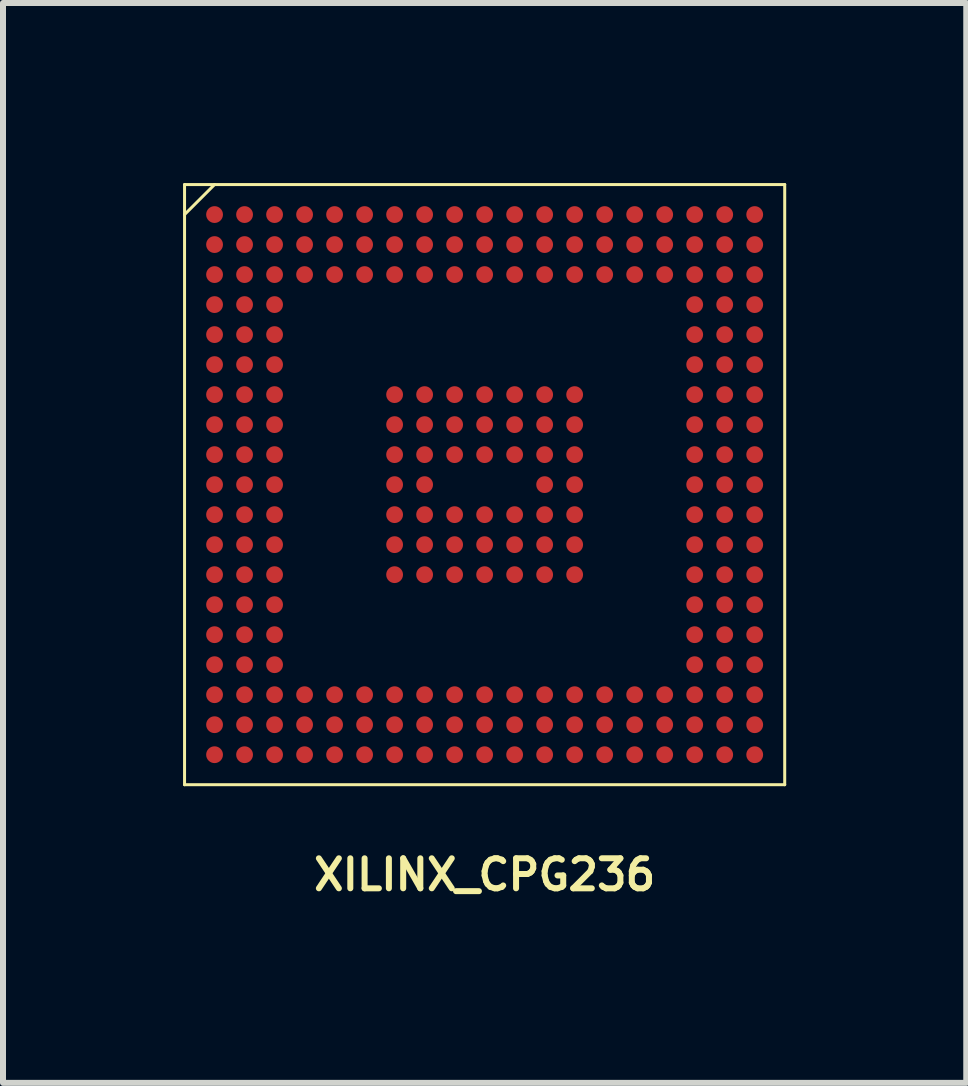
<source format=kicad_pcb>
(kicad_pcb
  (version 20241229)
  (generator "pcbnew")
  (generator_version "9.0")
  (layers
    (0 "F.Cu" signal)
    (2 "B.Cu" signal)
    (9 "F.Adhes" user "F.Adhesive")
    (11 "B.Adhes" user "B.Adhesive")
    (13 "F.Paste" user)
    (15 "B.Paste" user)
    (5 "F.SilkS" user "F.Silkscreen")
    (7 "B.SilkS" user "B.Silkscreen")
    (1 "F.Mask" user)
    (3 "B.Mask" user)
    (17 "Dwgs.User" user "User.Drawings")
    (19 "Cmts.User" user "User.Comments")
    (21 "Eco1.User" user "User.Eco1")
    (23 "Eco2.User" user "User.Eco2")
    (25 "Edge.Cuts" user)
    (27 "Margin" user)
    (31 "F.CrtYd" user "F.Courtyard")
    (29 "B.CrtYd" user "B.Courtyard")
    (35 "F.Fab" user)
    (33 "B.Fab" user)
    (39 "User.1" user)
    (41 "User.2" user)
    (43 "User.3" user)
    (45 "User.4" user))
  (footprint "XILINX_CPG236"
    (layer "F.Cu")
    (at 5.025 5.025)
    (property "Reference" "XILINX_CPG236" (at 0 6.5 0) (layer "F.SilkS") (effects (font (size 0.5 0.5) (thickness 0.1))))
    (attr smd)
    (fp_line (start -5 -5) (end 5 -5) (stroke (width 0.05) (type solid)) (layer "F.SilkS"))
    (fp_line (start -5 -4.5) (end -4.5 -5) (stroke (width 0.05) (type solid)) (layer "F.SilkS"))
    (fp_line (start -5 5) (end -5 -5) (stroke (width 0.05) (type solid)) (layer "F.SilkS"))
    (fp_line (start 5 -5) (end 5 5) (stroke (width 0.05) (type solid)) (layer "F.SilkS"))
    (fp_line (start 5 5) (end -5 5) (stroke (width 0.05) (type solid)) (layer "F.SilkS"))
    (pad "A1" smd circle (at -4.5 -4.5) (size 0.28 0.28) (layers "F.Cu" "F.Mask" "F.Paste"))
    (pad "A2" smd circle (at -4 -4.5) (size 0.28 0.28) (layers "F.Cu" "F.Mask" "F.Paste"))
    (pad "A3" smd circle (at -3.5 -4.5) (size 0.28 0.28) (layers "F.Cu" "F.Mask" "F.Paste"))
    (pad "A4" smd circle (at -3 -4.5) (size 0.28 0.28) (layers "F.Cu" "F.Mask" "F.Paste"))
    (pad "A5" smd circle (at -2.5 -4.5) (size 0.28 0.28) (layers "F.Cu" "F.Mask" "F.Paste"))
    (pad "A6" smd circle (at -2 -4.5) (size 0.28 0.28) (layers "F.Cu" "F.Mask" "F.Paste"))
    (pad "A7" smd circle (at -1.5 -4.5) (size 0.28 0.28) (layers "F.Cu" "F.Mask" "F.Paste"))
    (pad "A8" smd circle (at -1 -4.5) (size 0.28 0.28) (layers "F.Cu" "F.Mask" "F.Paste"))
    (pad "A9" smd circle (at -0.5 -4.5) (size 0.28 0.28) (layers "F.Cu" "F.Mask" "F.Paste"))
    (pad "A10" smd circle (at 0 -4.5) (size 0.28 0.28) (layers "F.Cu" "F.Mask" "F.Paste"))
    (pad "A11" smd circle (at 0.5 -4.5) (size 0.28 0.28) (layers "F.Cu" "F.Mask" "F.Paste"))
    (pad "A12" smd circle (at 1 -4.5) (size 0.28 0.28) (layers "F.Cu" "F.Mask" "F.Paste"))
    (pad "A13" smd circle (at 1.5 -4.5) (size 0.28 0.28) (layers "F.Cu" "F.Mask" "F.Paste"))
    (pad "A14" smd circle (at 2 -4.5) (size 0.28 0.28) (layers "F.Cu" "F.Mask" "F.Paste"))
    (pad "A15" smd circle (at 2.5 -4.5) (size 0.28 0.28) (layers "F.Cu" "F.Mask" "F.Paste"))
    (pad "A16" smd circle (at 3 -4.5) (size 0.28 0.28) (layers "F.Cu" "F.Mask" "F.Paste"))
    (pad "A17" smd circle (at 3.5 -4.5) (size 0.28 0.28) (layers "F.Cu" "F.Mask" "F.Paste"))
    (pad "A18" smd circle (at 4 -4.5) (size 0.28 0.28) (layers "F.Cu" "F.Mask" "F.Paste"))
    (pad "A19" smd circle (at 4.5 -4.5) (size 0.28 0.28) (layers "F.Cu" "F.Mask" "F.Paste"))
    (pad "B1" smd circle (at -4.5 -4) (size 0.28 0.28) (layers "F.Cu" "F.Mask" "F.Paste"))
    (pad "B2" smd circle (at -4 -4) (size 0.28 0.28) (layers "F.Cu" "F.Mask" "F.Paste"))
    (pad "B3" smd circle (at -3.5 -4) (size 0.28 0.28) (layers "F.Cu" "F.Mask" "F.Paste"))
    (pad "B4" smd circle (at -3 -4) (size 0.28 0.28) (layers "F.Cu" "F.Mask" "F.Paste"))
    (pad "B5" smd circle (at -2.5 -4) (size 0.28 0.28) (layers "F.Cu" "F.Mask" "F.Paste"))
    (pad "B6" smd circle (at -2 -4) (size 0.28 0.28) (layers "F.Cu" "F.Mask" "F.Paste"))
    (pad "B7" smd circle (at -1.5 -4) (size 0.28 0.28) (layers "F.Cu" "F.Mask" "F.Paste"))
    (pad "B8" smd circle (at -1 -4) (size 0.28 0.28) (layers "F.Cu" "F.Mask" "F.Paste"))
    (pad "B9" smd circle (at -0.5 -4) (size 0.28 0.28) (layers "F.Cu" "F.Mask" "F.Paste"))
    (pad "B10" smd circle (at 0 -4) (size 0.28 0.28) (layers "F.Cu" "F.Mask" "F.Paste"))
    (pad "B11" smd circle (at 0.5 -4) (size 0.28 0.28) (layers "F.Cu" "F.Mask" "F.Paste"))
    (pad "B12" smd circle (at 1 -4) (size 0.28 0.28) (layers "F.Cu" "F.Mask" "F.Paste"))
    (pad "B13" smd circle (at 1.5 -4) (size 0.28 0.28) (layers "F.Cu" "F.Mask" "F.Paste"))
    (pad "B14" smd circle (at 2 -4) (size 0.28 0.28) (layers "F.Cu" "F.Mask" "F.Paste"))
    (pad "B15" smd circle (at 2.5 -4) (size 0.28 0.28) (layers "F.Cu" "F.Mask" "F.Paste"))
    (pad "B16" smd circle (at 3 -4) (size 0.28 0.28) (layers "F.Cu" "F.Mask" "F.Paste"))
    (pad "B17" smd circle (at 3.5 -4) (size 0.28 0.28) (layers "F.Cu" "F.Mask" "F.Paste"))
    (pad "B18" smd circle (at 4 -4) (size 0.28 0.28) (layers "F.Cu" "F.Mask" "F.Paste"))
    (pad "B19" smd circle (at 4.5 -4) (size 0.28 0.28) (layers "F.Cu" "F.Mask" "F.Paste"))
    (pad "C1" smd circle (at -4.5 -3.5) (size 0.28 0.28) (layers "F.Cu" "F.Mask" "F.Paste"))
    (pad "C2" smd circle (at -4 -3.5) (size 0.28 0.28) (layers "F.Cu" "F.Mask" "F.Paste"))
    (pad "C3" smd circle (at -3.5 -3.5) (size 0.28 0.28) (layers "F.Cu" "F.Mask" "F.Paste"))
    (pad "C4" smd circle (at -3 -3.5) (size 0.28 0.28) (layers "F.Cu" "F.Mask" "F.Paste"))
    (pad "C5" smd circle (at -2.5 -3.5) (size 0.28 0.28) (layers "F.Cu" "F.Mask" "F.Paste"))
    (pad "C6" smd circle (at -2 -3.5) (size 0.28 0.28) (layers "F.Cu" "F.Mask" "F.Paste"))
    (pad "C7" smd circle (at -1.5 -3.5) (size 0.28 0.28) (layers "F.Cu" "F.Mask" "F.Paste"))
    (pad "C8" smd circle (at -1 -3.5) (size 0.28 0.28) (layers "F.Cu" "F.Mask" "F.Paste"))
    (pad "C9" smd circle (at -0.5 -3.5) (size 0.28 0.28) (layers "F.Cu" "F.Mask" "F.Paste"))
    (pad "C10" smd circle (at 0 -3.5) (size 0.28 0.28) (layers "F.Cu" "F.Mask" "F.Paste"))
    (pad "C11" smd circle (at 0.5 -3.5) (size 0.28 0.28) (layers "F.Cu" "F.Mask" "F.Paste"))
    (pad "C12" smd circle (at 1 -3.5) (size 0.28 0.28) (layers "F.Cu" "F.Mask" "F.Paste"))
    (pad "C13" smd circle (at 1.5 -3.5) (size 0.28 0.28) (layers "F.Cu" "F.Mask" "F.Paste"))
    (pad "C14" smd circle (at 2 -3.5) (size 0.28 0.28) (layers "F.Cu" "F.Mask" "F.Paste"))
    (pad "C15" smd circle (at 2.5 -3.5) (size 0.28 0.28) (layers "F.Cu" "F.Mask" "F.Paste"))
    (pad "C16" smd circle (at 3 -3.5) (size 0.28 0.28) (layers "F.Cu" "F.Mask" "F.Paste"))
    (pad "C17" smd circle (at 3.5 -3.5) (size 0.28 0.28) (layers "F.Cu" "F.Mask" "F.Paste"))
    (pad "C18" smd circle (at 4 -3.5) (size 0.28 0.28) (layers "F.Cu" "F.Mask" "F.Paste"))
    (pad "C19" smd circle (at 4.5 -3.5) (size 0.28 0.28) (layers "F.Cu" "F.Mask" "F.Paste"))
    (pad "D1" smd circle (at -4.5 -3) (size 0.28 0.28) (layers "F.Cu" "F.Mask" "F.Paste"))
    (pad "D2" smd circle (at -4 -3) (size 0.28 0.28) (layers "F.Cu" "F.Mask" "F.Paste"))
    (pad "D3" smd circle (at -3.5 -3) (size 0.28 0.28) (layers "F.Cu" "F.Mask" "F.Paste"))
    (pad "D17" smd circle (at 3.5 -3) (size 0.28 0.28) (layers "F.Cu" "F.Mask" "F.Paste"))
    (pad "D18" smd circle (at 4 -3) (size 0.28 0.28) (layers "F.Cu" "F.Mask" "F.Paste"))
    (pad "D19" smd circle (at 4.5 -3) (size 0.28 0.28) (layers "F.Cu" "F.Mask" "F.Paste"))
    (pad "E1" smd circle (at -4.5 -2.5) (size 0.28 0.28) (layers "F.Cu" "F.Mask" "F.Paste"))
    (pad "E2" smd circle (at -4 -2.5) (size 0.28 0.28) (layers "F.Cu" "F.Mask" "F.Paste"))
    (pad "E3" smd circle (at -3.5 -2.5) (size 0.28 0.28) (layers "F.Cu" "F.Mask" "F.Paste"))
    (pad "E17" smd circle (at 3.5 -2.5) (size 0.28 0.28) (layers "F.Cu" "F.Mask" "F.Paste"))
    (pad "E18" smd circle (at 4 -2.5) (size 0.28 0.28) (layers "F.Cu" "F.Mask" "F.Paste"))
    (pad "E19" smd circle (at 4.5 -2.5) (size 0.28 0.28) (layers "F.Cu" "F.Mask" "F.Paste"))
    (pad "F1" smd circle (at -4.5 -2) (size 0.28 0.28) (layers "F.Cu" "F.Mask" "F.Paste"))
    (pad "F2" smd circle (at -4 -2) (size 0.28 0.28) (layers "F.Cu" "F.Mask" "F.Paste"))
    (pad "F3" smd circle (at -3.5 -2) (size 0.28 0.28) (layers "F.Cu" "F.Mask" "F.Paste"))
    (pad "F17" smd circle (at 3.5 -2) (size 0.28 0.28) (layers "F.Cu" "F.Mask" "F.Paste"))
    (pad "F18" smd circle (at 4 -2) (size 0.28 0.28) (layers "F.Cu" "F.Mask" "F.Paste"))
    (pad "F19" smd circle (at 4.5 -2) (size 0.28 0.28) (layers "F.Cu" "F.Mask" "F.Paste"))
    (pad "G1" smd circle (at -4.5 -1.5) (size 0.28 0.28) (layers "F.Cu" "F.Mask" "F.Paste"))
    (pad "G2" smd circle (at -4 -1.5) (size 0.28 0.28) (layers "F.Cu" "F.Mask" "F.Paste"))
    (pad "G3" smd circle (at -3.5 -1.5) (size 0.28 0.28) (layers "F.Cu" "F.Mask" "F.Paste"))
    (pad "G7" smd circle (at -1.5 -1.5) (size 0.28 0.28) (layers "F.Cu" "F.Mask" "F.Paste"))
    (pad "G8" smd circle (at -1 -1.5) (size 0.28 0.28) (layers "F.Cu" "F.Mask" "F.Paste"))
    (pad "G9" smd circle (at -0.5 -1.5) (size 0.28 0.28) (layers "F.Cu" "F.Mask" "F.Paste"))
    (pad "G10" smd circle (at 0 -1.5) (size 0.28 0.28) (layers "F.Cu" "F.Mask" "F.Paste"))
    (pad "G11" smd circle (at 0.5 -1.5) (size 0.28 0.28) (layers "F.Cu" "F.Mask" "F.Paste"))
    (pad "G12" smd circle (at 1 -1.5) (size 0.28 0.28) (layers "F.Cu" "F.Mask" "F.Paste"))
    (pad "G13" smd circle (at 1.5 -1.5) (size 0.28 0.28) (layers "F.Cu" "F.Mask" "F.Paste"))
    (pad "G17" smd circle (at 3.5 -1.5) (size 0.28 0.28) (layers "F.Cu" "F.Mask" "F.Paste"))
    (pad "G18" smd circle (at 4 -1.5) (size 0.28 0.28) (layers "F.Cu" "F.Mask" "F.Paste"))
    (pad "G19" smd circle (at 4.5 -1.5) (size 0.28 0.28) (layers "F.Cu" "F.Mask" "F.Paste"))
    (pad "H1" smd circle (at -4.5 -1) (size 0.28 0.28) (layers "F.Cu" "F.Mask" "F.Paste"))
    (pad "H2" smd circle (at -4 -1) (size 0.28 0.28) (layers "F.Cu" "F.Mask" "F.Paste"))
    (pad "H3" smd circle (at -3.5 -1) (size 0.28 0.28) (layers "F.Cu" "F.Mask" "F.Paste"))
    (pad "H7" smd circle (at -1.5 -1) (size 0.28 0.28) (layers "F.Cu" "F.Mask" "F.Paste"))
    (pad "H8" smd circle (at -1 -1) (size 0.28 0.28) (layers "F.Cu" "F.Mask" "F.Paste"))
    (pad "H9" smd circle (at -0.5 -1) (size 0.28 0.28) (layers "F.Cu" "F.Mask" "F.Paste"))
    (pad "H10" smd circle (at 0 -1) (size 0.28 0.28) (layers "F.Cu" "F.Mask" "F.Paste"))
    (pad "H11" smd circle (at 0.5 -1) (size 0.28 0.28) (layers "F.Cu" "F.Mask" "F.Paste"))
    (pad "H12" smd circle (at 1 -1) (size 0.28 0.28) (layers "F.Cu" "F.Mask" "F.Paste"))
    (pad "H13" smd circle (at 1.5 -1) (size 0.28 0.28) (layers "F.Cu" "F.Mask" "F.Paste"))
    (pad "H17" smd circle (at 3.5 -1) (size 0.28 0.28) (layers "F.Cu" "F.Mask" "F.Paste"))
    (pad "H18" smd circle (at 4 -1) (size 0.28 0.28) (layers "F.Cu" "F.Mask" "F.Paste"))
    (pad "H19" smd circle (at 4.5 -1) (size 0.28 0.28) (layers "F.Cu" "F.Mask" "F.Paste"))
    (pad "J1" smd circle (at -4.5 -0.5) (size 0.28 0.28) (layers "F.Cu" "F.Mask" "F.Paste"))
    (pad "J2" smd circle (at -4 -0.5) (size 0.28 0.28) (layers "F.Cu" "F.Mask" "F.Paste"))
    (pad "J3" smd circle (at -3.5 -0.5) (size 0.28 0.28) (layers "F.Cu" "F.Mask" "F.Paste"))
    (pad "J7" smd circle (at -1.5 -0.5) (size 0.28 0.28) (layers "F.Cu" "F.Mask" "F.Paste"))
    (pad "J8" smd circle (at -1 -0.5) (size 0.28 0.28) (layers "F.Cu" "F.Mask" "F.Paste"))
    (pad "J9" smd circle (at -0.5 -0.5) (size 0.28 0.28) (layers "F.Cu" "F.Mask" "F.Paste"))
    (pad "J10" smd circle (at 0 -0.5) (size 0.28 0.28) (layers "F.Cu" "F.Mask" "F.Paste"))
    (pad "J11" smd circle (at 0.5 -0.5) (size 0.28 0.28) (layers "F.Cu" "F.Mask" "F.Paste"))
    (pad "J12" smd circle (at 1 -0.5) (size 0.28 0.28) (layers "F.Cu" "F.Mask" "F.Paste"))
    (pad "J13" smd circle (at 1.5 -0.5) (size 0.28 0.28) (layers "F.Cu" "F.Mask" "F.Paste"))
    (pad "J17" smd circle (at 3.5 -0.5) (size 0.28 0.28) (layers "F.Cu" "F.Mask" "F.Paste"))
    (pad "J18" smd circle (at 4 -0.5) (size 0.28 0.28) (layers "F.Cu" "F.Mask" "F.Paste"))
    (pad "J19" smd circle (at 4.5 -0.5) (size 0.28 0.28) (layers "F.Cu" "F.Mask" "F.Paste"))
    (pad "K1" smd circle (at -4.5 0) (size 0.28 0.28) (layers "F.Cu" "F.Mask" "F.Paste"))
    (pad "K2" smd circle (at -4 0) (size 0.28 0.28) (layers "F.Cu" "F.Mask" "F.Paste"))
    (pad "K3" smd circle (at -3.5 0) (size 0.28 0.28) (layers "F.Cu" "F.Mask" "F.Paste"))
    (pad "K7" smd circle (at -1.5 0) (size 0.28 0.28) (layers "F.Cu" "F.Mask" "F.Paste"))
    (pad "K8" smd circle (at -1 0) (size 0.28 0.28) (layers "F.Cu" "F.Mask" "F.Paste"))
    (pad "K12" smd circle (at 1 0) (size 0.28 0.28) (layers "F.Cu" "F.Mask" "F.Paste"))
    (pad "K13" smd circle (at 1.5 0) (size 0.28 0.28) (layers "F.Cu" "F.Mask" "F.Paste"))
    (pad "K17" smd circle (at 3.5 0) (size 0.28 0.28) (layers "F.Cu" "F.Mask" "F.Paste"))
    (pad "K18" smd circle (at 4 0) (size 0.28 0.28) (layers "F.Cu" "F.Mask" "F.Paste"))
    (pad "K19" smd circle (at 4.5 0) (size 0.28 0.28) (layers "F.Cu" "F.Mask" "F.Paste"))
    (pad "L1" smd circle (at -4.5 0.5) (size 0.28 0.28) (layers "F.Cu" "F.Mask" "F.Paste"))
    (pad "L2" smd circle (at -4 0.5) (size 0.28 0.28) (layers "F.Cu" "F.Mask" "F.Paste"))
    (pad "L3" smd circle (at -3.5 0.5) (size 0.28 0.28) (layers "F.Cu" "F.Mask" "F.Paste"))
    (pad "L7" smd circle (at -1.5 0.5) (size 0.28 0.28) (layers "F.Cu" "F.Mask" "F.Paste"))
    (pad "L8" smd circle (at -1 0.5) (size 0.28 0.28) (layers "F.Cu" "F.Mask" "F.Paste"))
    (pad "L9" smd circle (at -0.5 0.5) (size 0.28 0.28) (layers "F.Cu" "F.Mask" "F.Paste"))
    (pad "L10" smd circle (at 0 0.5) (size 0.28 0.28) (layers "F.Cu" "F.Mask" "F.Paste"))
    (pad "L11" smd circle (at 0.5 0.5) (size 0.28 0.28) (layers "F.Cu" "F.Mask" "F.Paste"))
    (pad "L12" smd circle (at 1 0.5) (size 0.28 0.28) (layers "F.Cu" "F.Mask" "F.Paste"))
    (pad "L13" smd circle (at 1.5 0.5) (size 0.28 0.28) (layers "F.Cu" "F.Mask" "F.Paste"))
    (pad "L17" smd circle (at 3.5 0.5) (size 0.28 0.28) (layers "F.Cu" "F.Mask" "F.Paste"))
    (pad "L18" smd circle (at 4 0.5) (size 0.28 0.28) (layers "F.Cu" "F.Mask" "F.Paste"))
    (pad "L19" smd circle (at 4.5 0.5) (size 0.28 0.28) (layers "F.Cu" "F.Mask" "F.Paste"))
    (pad "M1" smd circle (at -4.5 1) (size 0.28 0.28) (layers "F.Cu" "F.Mask" "F.Paste"))
    (pad "M2" smd circle (at -4 1) (size 0.28 0.28) (layers "F.Cu" "F.Mask" "F.Paste"))
    (pad "M3" smd circle (at -3.5 1) (size 0.28 0.28) (layers "F.Cu" "F.Mask" "F.Paste"))
    (pad "M7" smd circle (at -1.5 1) (size 0.28 0.28) (layers "F.Cu" "F.Mask" "F.Paste"))
    (pad "M8" smd circle (at -1 1) (size 0.28 0.28) (layers "F.Cu" "F.Mask" "F.Paste"))
    (pad "M9" smd circle (at -0.5 1) (size 0.28 0.28) (layers "F.Cu" "F.Mask" "F.Paste"))
    (pad "M10" smd circle (at 0 1) (size 0.28 0.28) (layers "F.Cu" "F.Mask" "F.Paste"))
    (pad "M11" smd circle (at 0.5 1) (size 0.28 0.28) (layers "F.Cu" "F.Mask" "F.Paste"))
    (pad "M12" smd circle (at 1 1) (size 0.28 0.28) (layers "F.Cu" "F.Mask" "F.Paste"))
    (pad "M13" smd circle (at 1.5 1) (size 0.28 0.28) (layers "F.Cu" "F.Mask" "F.Paste"))
    (pad "M17" smd circle (at 3.5 1) (size 0.28 0.28) (layers "F.Cu" "F.Mask" "F.Paste"))
    (pad "M18" smd circle (at 4 1) (size 0.28 0.28) (layers "F.Cu" "F.Mask" "F.Paste"))
    (pad "M19" smd circle (at 4.5 1) (size 0.28 0.28) (layers "F.Cu" "F.Mask" "F.Paste"))
    (pad "N1" smd circle (at -4.5 1.5) (size 0.28 0.28) (layers "F.Cu" "F.Mask" "F.Paste"))
    (pad "N2" smd circle (at -4 1.5) (size 0.28 0.28) (layers "F.Cu" "F.Mask" "F.Paste"))
    (pad "N3" smd circle (at -3.5 1.5) (size 0.28 0.28) (layers "F.Cu" "F.Mask" "F.Paste"))
    (pad "N7" smd circle (at -1.5 1.5) (size 0.28 0.28) (layers "F.Cu" "F.Mask" "F.Paste"))
    (pad "N8" smd circle (at -1 1.5) (size 0.28 0.28) (layers "F.Cu" "F.Mask" "F.Paste"))
    (pad "N9" smd circle (at -0.5 1.5) (size 0.28 0.28) (layers "F.Cu" "F.Mask" "F.Paste"))
    (pad "N10" smd circle (at 0 1.5) (size 0.28 0.28) (layers "F.Cu" "F.Mask" "F.Paste"))
    (pad "N11" smd circle (at 0.5 1.5) (size 0.28 0.28) (layers "F.Cu" "F.Mask" "F.Paste"))
    (pad "N12" smd circle (at 1 1.5) (size 0.28 0.28) (layers "F.Cu" "F.Mask" "F.Paste"))
    (pad "N13" smd circle (at 1.5 1.5) (size 0.28 0.28) (layers "F.Cu" "F.Mask" "F.Paste"))
    (pad "N17" smd circle (at 3.5 1.5) (size 0.28 0.28) (layers "F.Cu" "F.Mask" "F.Paste"))
    (pad "N18" smd circle (at 4 1.5) (size 0.28 0.28) (layers "F.Cu" "F.Mask" "F.Paste"))
    (pad "N19" smd circle (at 4.5 1.5) (size 0.28 0.28) (layers "F.Cu" "F.Mask" "F.Paste"))
    (pad "P1" smd circle (at -4.5 2) (size 0.28 0.28) (layers "F.Cu" "F.Mask" "F.Paste"))
    (pad "P2" smd circle (at -4 2) (size 0.28 0.28) (layers "F.Cu" "F.Mask" "F.Paste"))
    (pad "P3" smd circle (at -3.5 2) (size 0.28 0.28) (layers "F.Cu" "F.Mask" "F.Paste"))
    (pad "P17" smd circle (at 3.5 2) (size 0.28 0.28) (layers "F.Cu" "F.Mask" "F.Paste"))
    (pad "P18" smd circle (at 4 2) (size 0.28 0.28) (layers "F.Cu" "F.Mask" "F.Paste"))
    (pad "P19" smd circle (at 4.5 2) (size 0.28 0.28) (layers "F.Cu" "F.Mask" "F.Paste"))
    (pad "R1" smd circle (at -4.5 2.5) (size 0.28 0.28) (layers "F.Cu" "F.Mask" "F.Paste"))
    (pad "R2" smd circle (at -4 2.5) (size 0.28 0.28) (layers "F.Cu" "F.Mask" "F.Paste"))
    (pad "R3" smd circle (at -3.5 2.5) (size 0.28 0.28) (layers "F.Cu" "F.Mask" "F.Paste"))
    (pad "R17" smd circle (at 3.5 2.5) (size 0.28 0.28) (layers "F.Cu" "F.Mask" "F.Paste"))
    (pad "R18" smd circle (at 4 2.5) (size 0.28 0.28) (layers "F.Cu" "F.Mask" "F.Paste"))
    (pad "R19" smd circle (at 4.5 2.5) (size 0.28 0.28) (layers "F.Cu" "F.Mask" "F.Paste"))
    (pad "T1" smd circle (at -4.5 3) (size 0.28 0.28) (layers "F.Cu" "F.Mask" "F.Paste"))
    (pad "T2" smd circle (at -4 3) (size 0.28 0.28) (layers "F.Cu" "F.Mask" "F.Paste"))
    (pad "T3" smd circle (at -3.5 3) (size 0.28 0.28) (layers "F.Cu" "F.Mask" "F.Paste"))
    (pad "T17" smd circle (at 3.5 3) (size 0.28 0.28) (layers "F.Cu" "F.Mask" "F.Paste"))
    (pad "T18" smd circle (at 4 3) (size 0.28 0.28) (layers "F.Cu" "F.Mask" "F.Paste"))
    (pad "T19" smd circle (at 4.5 3) (size 0.28 0.28) (layers "F.Cu" "F.Mask" "F.Paste"))
    (pad "U1" smd circle (at -4.5 3.5) (size 0.28 0.28) (layers "F.Cu" "F.Mask" "F.Paste"))
    (pad "U2" smd circle (at -4 3.5) (size 0.28 0.28) (layers "F.Cu" "F.Mask" "F.Paste"))
    (pad "U3" smd circle (at -3.5 3.5) (size 0.28 0.28) (layers "F.Cu" "F.Mask" "F.Paste"))
    (pad "U4" smd circle (at -3 3.5) (size 0.28 0.28) (layers "F.Cu" "F.Mask" "F.Paste"))
    (pad "U5" smd circle (at -2.5 3.5) (size 0.28 0.28) (layers "F.Cu" "F.Mask" "F.Paste"))
    (pad "U6" smd circle (at -2 3.5) (size 0.28 0.28) (layers "F.Cu" "F.Mask" "F.Paste"))
    (pad "U7" smd circle (at -1.5 3.5) (size 0.28 0.28) (layers "F.Cu" "F.Mask" "F.Paste"))
    (pad "U8" smd circle (at -1 3.5) (size 0.28 0.28) (layers "F.Cu" "F.Mask" "F.Paste"))
    (pad "U9" smd circle (at -0.5 3.5) (size 0.28 0.28) (layers "F.Cu" "F.Mask" "F.Paste"))
    (pad "U10" smd circle (at 0 3.5) (size 0.28 0.28) (layers "F.Cu" "F.Mask" "F.Paste"))
    (pad "U11" smd circle (at 0.5 3.5) (size 0.28 0.28) (layers "F.Cu" "F.Mask" "F.Paste"))
    (pad "U12" smd circle (at 1 3.5) (size 0.28 0.28) (layers "F.Cu" "F.Mask" "F.Paste"))
    (pad "U13" smd circle (at 1.5 3.5) (size 0.28 0.28) (layers "F.Cu" "F.Mask" "F.Paste"))
    (pad "U14" smd circle (at 2 3.5) (size 0.28 0.28) (layers "F.Cu" "F.Mask" "F.Paste"))
    (pad "U15" smd circle (at 2.5 3.5) (size 0.28 0.28) (layers "F.Cu" "F.Mask" "F.Paste"))
    (pad "U16" smd circle (at 3 3.5) (size 0.28 0.28) (layers "F.Cu" "F.Mask" "F.Paste"))
    (pad "U17" smd circle (at 3.5 3.5) (size 0.28 0.28) (layers "F.Cu" "F.Mask" "F.Paste"))
    (pad "U18" smd circle (at 4 3.5) (size 0.28 0.28) (layers "F.Cu" "F.Mask" "F.Paste"))
    (pad "U19" smd circle (at 4.5 3.5) (size 0.28 0.28) (layers "F.Cu" "F.Mask" "F.Paste"))
    (pad "V1" smd circle (at -4.5 4) (size 0.28 0.28) (layers "F.Cu" "F.Mask" "F.Paste"))
    (pad "V2" smd circle (at -4 4) (size 0.28 0.28) (layers "F.Cu" "F.Mask" "F.Paste"))
    (pad "V3" smd circle (at -3.5 4) (size 0.28 0.28) (layers "F.Cu" "F.Mask" "F.Paste"))
    (pad "V4" smd circle (at -3 4) (size 0.28 0.28) (layers "F.Cu" "F.Mask" "F.Paste"))
    (pad "V5" smd circle (at -2.5 4) (size 0.28 0.28) (layers "F.Cu" "F.Mask" "F.Paste"))
    (pad "V6" smd circle (at -2 4) (size 0.28 0.28) (layers "F.Cu" "F.Mask" "F.Paste"))
    (pad "V7" smd circle (at -1.5 4) (size 0.28 0.28) (layers "F.Cu" "F.Mask" "F.Paste"))
    (pad "V8" smd circle (at -1 4) (size 0.28 0.28) (layers "F.Cu" "F.Mask" "F.Paste"))
    (pad "V9" smd circle (at -0.5 4) (size 0.28 0.28) (layers "F.Cu" "F.Mask" "F.Paste"))
    (pad "V10" smd circle (at 0 4) (size 0.28 0.28) (layers "F.Cu" "F.Mask" "F.Paste"))
    (pad "V11" smd circle (at 0.5 4) (size 0.28 0.28) (layers "F.Cu" "F.Mask" "F.Paste"))
    (pad "V12" smd circle (at 1 4) (size 0.28 0.28) (layers "F.Cu" "F.Mask" "F.Paste"))
    (pad "V13" smd circle (at 1.5 4) (size 0.28 0.28) (layers "F.Cu" "F.Mask" "F.Paste"))
    (pad "V14" smd circle (at 2 4) (size 0.28 0.28) (layers "F.Cu" "F.Mask" "F.Paste"))
    (pad "V15" smd circle (at 2.5 4) (size 0.28 0.28) (layers "F.Cu" "F.Mask" "F.Paste"))
    (pad "V16" smd circle (at 3 4) (size 0.28 0.28) (layers "F.Cu" "F.Mask" "F.Paste"))
    (pad "V17" smd circle (at 3.5 4) (size 0.28 0.28) (layers "F.Cu" "F.Mask" "F.Paste"))
    (pad "V18" smd circle (at 4 4) (size 0.28 0.28) (layers "F.Cu" "F.Mask" "F.Paste"))
    (pad "V19" smd circle (at 4.5 4) (size 0.28 0.28) (layers "F.Cu" "F.Mask" "F.Paste"))
    (pad "W1" smd circle (at -4.5 4.5) (size 0.28 0.28) (layers "F.Cu" "F.Mask" "F.Paste"))
    (pad "W2" smd circle (at -4 4.5) (size 0.28 0.28) (layers "F.Cu" "F.Mask" "F.Paste"))
    (pad "W3" smd circle (at -3.5 4.5) (size 0.28 0.28) (layers "F.Cu" "F.Mask" "F.Paste"))
    (pad "W4" smd circle (at -3 4.5) (size 0.28 0.28) (layers "F.Cu" "F.Mask" "F.Paste"))
    (pad "W5" smd circle (at -2.5 4.5) (size 0.28 0.28) (layers "F.Cu" "F.Mask" "F.Paste"))
    (pad "W6" smd circle (at -2 4.5) (size 0.28 0.28) (layers "F.Cu" "F.Mask" "F.Paste"))
    (pad "W7" smd circle (at -1.5 4.5) (size 0.28 0.28) (layers "F.Cu" "F.Mask" "F.Paste"))
    (pad "W8" smd circle (at -1 4.5) (size 0.28 0.28) (layers "F.Cu" "F.Mask" "F.Paste"))
    (pad "W9" smd circle (at -0.5 4.5) (size 0.28 0.28) (layers "F.Cu" "F.Mask" "F.Paste"))
    (pad "W10" smd circle (at 0 4.5) (size 0.28 0.28) (layers "F.Cu" "F.Mask" "F.Paste"))
    (pad "W11" smd circle (at 0.5 4.5) (size 0.28 0.28) (layers "F.Cu" "F.Mask" "F.Paste"))
    (pad "W12" smd circle (at 1 4.5) (size 0.28 0.28) (layers "F.Cu" "F.Mask" "F.Paste"))
    (pad "W13" smd circle (at 1.5 4.5) (size 0.28 0.28) (layers "F.Cu" "F.Mask" "F.Paste"))
    (pad "W14" smd circle (at 2 4.5) (size 0.28 0.28) (layers "F.Cu" "F.Mask" "F.Paste"))
    (pad "W15" smd circle (at 2.5 4.5) (size 0.28 0.28) (layers "F.Cu" "F.Mask" "F.Paste"))
    (pad "W16" smd circle (at 3 4.5) (size 0.28 0.28) (layers "F.Cu" "F.Mask" "F.Paste"))
    (pad "W17" smd circle (at 3.5 4.5) (size 0.28 0.28) (layers "F.Cu" "F.Mask" "F.Paste"))
    (pad "W18" smd circle (at 4 4.5) (size 0.28 0.28) (layers "F.Cu" "F.Mask" "F.Paste"))
    (pad "W19" smd circle (at 4.5 4.5) (size 0.28 0.28) (layers "F.Cu" "F.Mask" "F.Paste")))
  (gr_rect
    (start -3 -3)
    (end 13.05 14.993)
    (stroke (width 0.1) (type default))
    (fill no)
    (layer "Edge.Cuts")))
</source>
